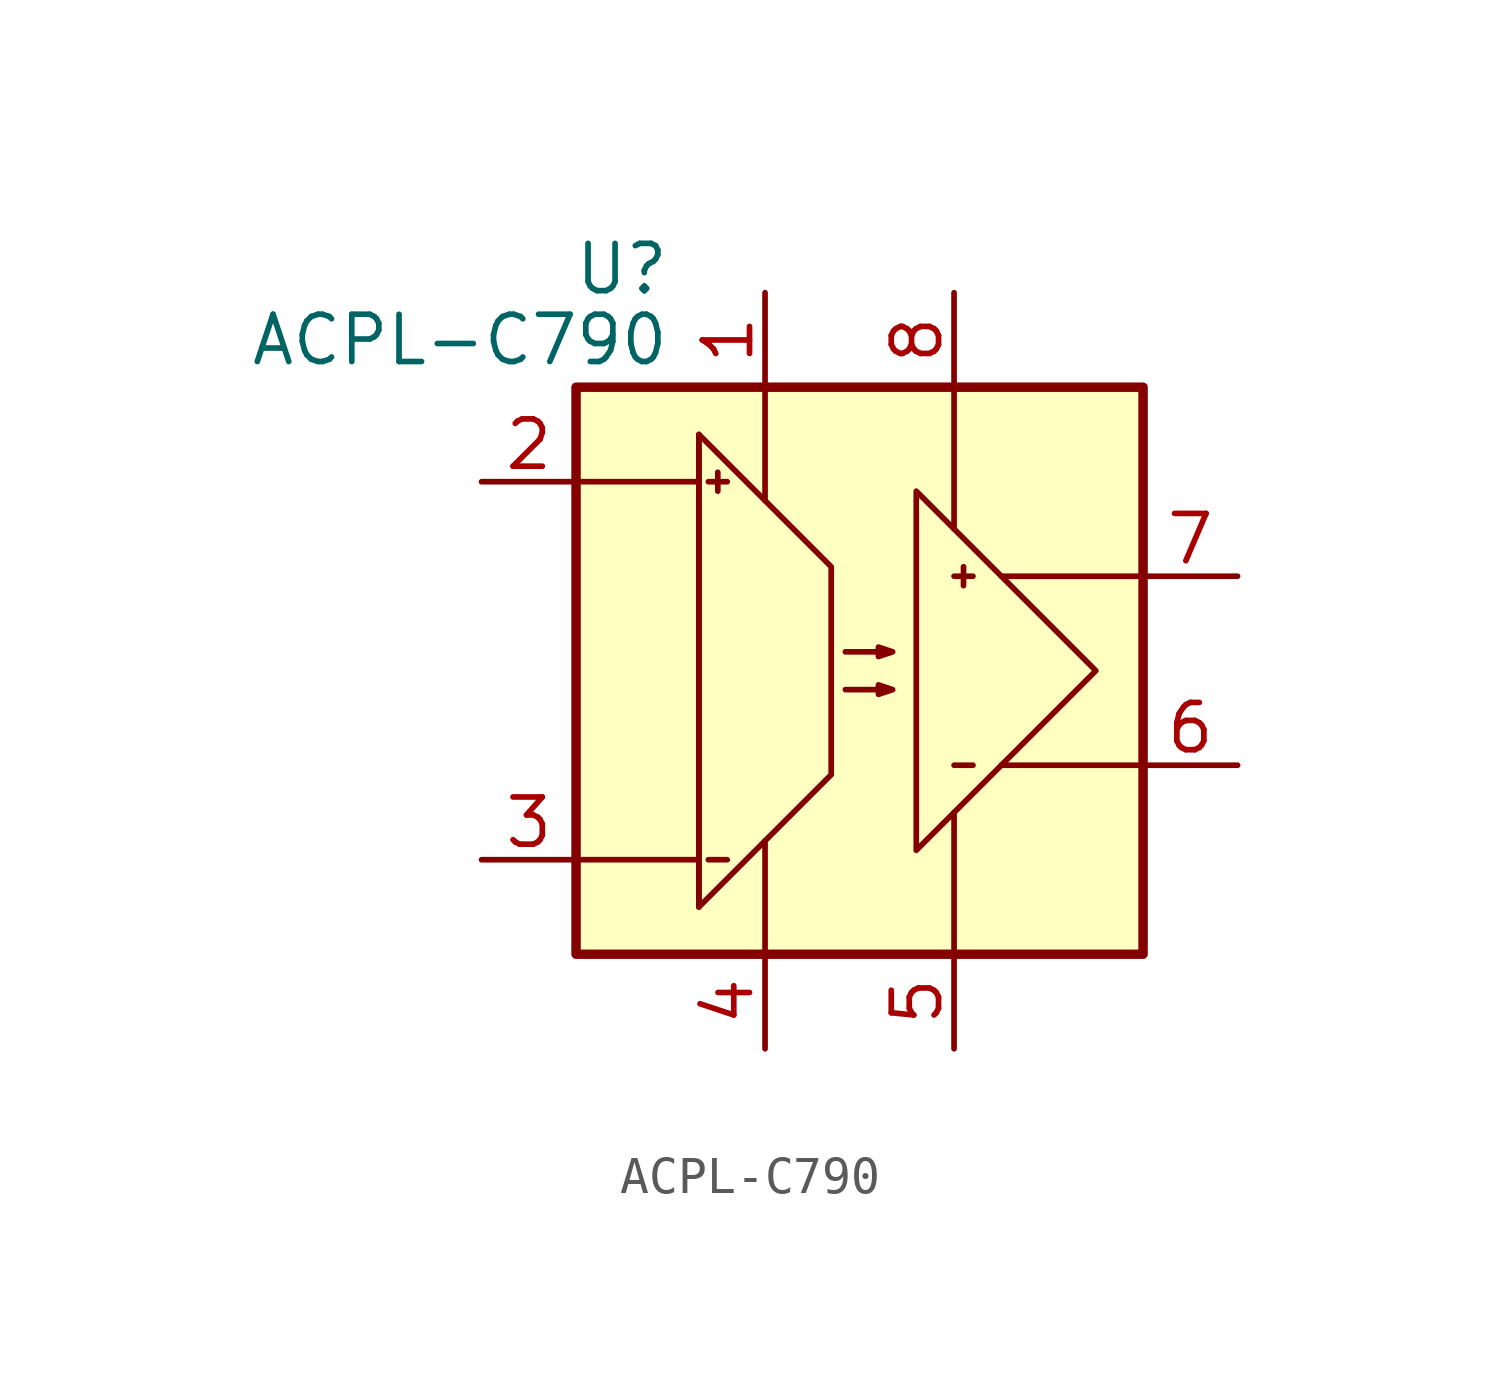
<source format=kicad_sym>
(kicad_symbol_lib
  (version 20220914)
  (generator kicad_symbol_editor)
  (symbol "ACPL-C790"
    (pin_names
      (offset 0) hide)
    (property "Reference" "U"
      (at -5.08 10.795 0)
      (effects (font (size 1.27 1.27)) (justify right)))
    (property "Value" "ACPL-C790"
      (at -5.08 8.89 0)
      (effects (font (size 1.27 1.27)) (justify right)))
    (symbol "ACPL-C790_0_1"
      (rectangle (start -7.62 7.62) (end 7.62 -7.62) (stroke (width 0.254) (type default)) (fill (type background)))
      (polyline (pts (xy -7.62 -5.08) (xy -4.318 -5.08)) (stroke (width 0) (type default)) (fill (type none)))
      (polyline (pts (xy -7.62 5.08) (xy -4.318 5.08)) (stroke (width 0) (type default)) (fill (type none)))
      (polyline (pts (xy -4.318 6.35) (xy -4.318 -6.35)) (stroke (width 0) (type default)) (fill (type none)))
      (polyline (pts (xy -4.064 -5.08) (xy -3.556 -5.08)) (stroke (width 0) (type default)) (fill (type none)))
      (polyline (pts (xy -4.064 5.08) (xy -3.556 5.08)) (stroke (width 0) (type default)) (fill (type none)))
      (polyline (pts (xy -3.81 5.334) (xy -3.81 4.826)) (stroke (width 0) (type default)) (fill (type none)))
      (polyline (pts (xy -2.54 -7.62) (xy -2.54 -4.572)) (stroke (width 0) (type default)) (fill (type none)))
      (polyline (pts (xy -2.54 7.62) (xy -2.54 4.572)) (stroke (width 0) (type default)) (fill (type none)))
      (polyline (pts (xy 2.54 -7.62) (xy 2.54 -3.81)) (stroke (width 0) (type default)) (fill (type none)))
      (polyline (pts (xy 2.54 7.62) (xy 2.54 3.81)) (stroke (width 0) (type default)) (fill (type none)))
      (polyline (pts (xy 2.794 2.794) (xy 2.794 2.286)) (stroke (width 0) (type default)) (fill (type none)))
      (polyline (pts (xy 3.048 -2.54) (xy 2.54 -2.54)) (stroke (width 0) (type default)) (fill (type none)))
      (polyline (pts (xy 3.048 2.54) (xy 2.54 2.54)) (stroke (width 0) (type default)) (fill (type none)))
      (polyline (pts (xy 7.62 -2.54) (xy 3.81 -2.54)) (stroke (width 0) (type default)) (fill (type none)))
      (polyline (pts (xy 7.62 2.54) (xy 3.81 2.54)) (stroke (width 0) (type default)) (fill (type none)))
      (polyline (pts (xy 6.35 0) (xy 1.524 -4.826) (xy 1.524 4.826) (xy 6.35 0)) (stroke (width 0) (type default)) (fill (type none)))
      (polyline (pts (xy -4.318 -6.35) (xy -0.762 -2.794) (xy -0.762 2.794) (xy -4.318 6.35) (xy -4.318 -6.35)) (stroke (width 0) (type default)) (fill (type none)))
      (polyline (pts (xy -0.381 -0.508) (xy 0.889 -0.508) (xy 0.508 -0.635) (xy 0.508 -0.381) (xy 0.889 -0.508)) (stroke (width 0) (type default)) (fill (type none)))
      (polyline (pts (xy -0.381 0.508) (xy 0.889 0.508) (xy 0.508 0.381) (xy 0.508 0.635) (xy 0.889 0.508)) (stroke (width 0) (type default)) (fill (type none))))
    (symbol "ACPL-C790_1_1"
      (pin power_in line (at -2.54 10.16 270) (length 2.54) (name "VDD1" (effects (font (size 1.27 1.27)))) (number "1" (effects (font (size 1.27 1.27)))))
      (pin input line (at -10.16 5.08 0) (length 2.54) (name "IN+" (effects (font (size 1.27 1.27)))) (number "2" (effects (font (size 1.27 1.27)))))
      (pin input line (at -10.16 -5.08 0) (length 2.54) (name "IN-" (effects (font (size 1.27 1.27)))) (number "3" (effects (font (size 1.27 1.27)))))
      (pin power_in line (at -2.54 -10.16 90) (length 2.54) (name "GND1" (effects (font (size 1.27 1.27)))) (number "4" (effects (font (size 1.27 1.27)))))
      (pin power_in line (at 2.54 -10.16 90) (length 2.54) (name "GND2" (effects (font (size 1.27 1.27)))) (number "5" (effects (font (size 1.27 1.27)))))
      (pin output line (at 10.16 -2.54 180) (length 2.54) (name "OUT-" (effects (font (size 1.27 1.27)))) (number "6" (effects (font (size 1.27 1.27)))))
      (pin output line (at 10.16 2.54 180) (length 2.54) (name "OUT+" (effects (font (size 1.27 1.27)))) (number "7" (effects (font (size 1.27 1.27)))))
      (pin power_in line (at 2.54 10.16 270) (length 2.54) (name "VDD2" (effects (font (size 1.27 1.27)))) (number "8" (effects (font (size 1.27 1.27))))))))
</source>
